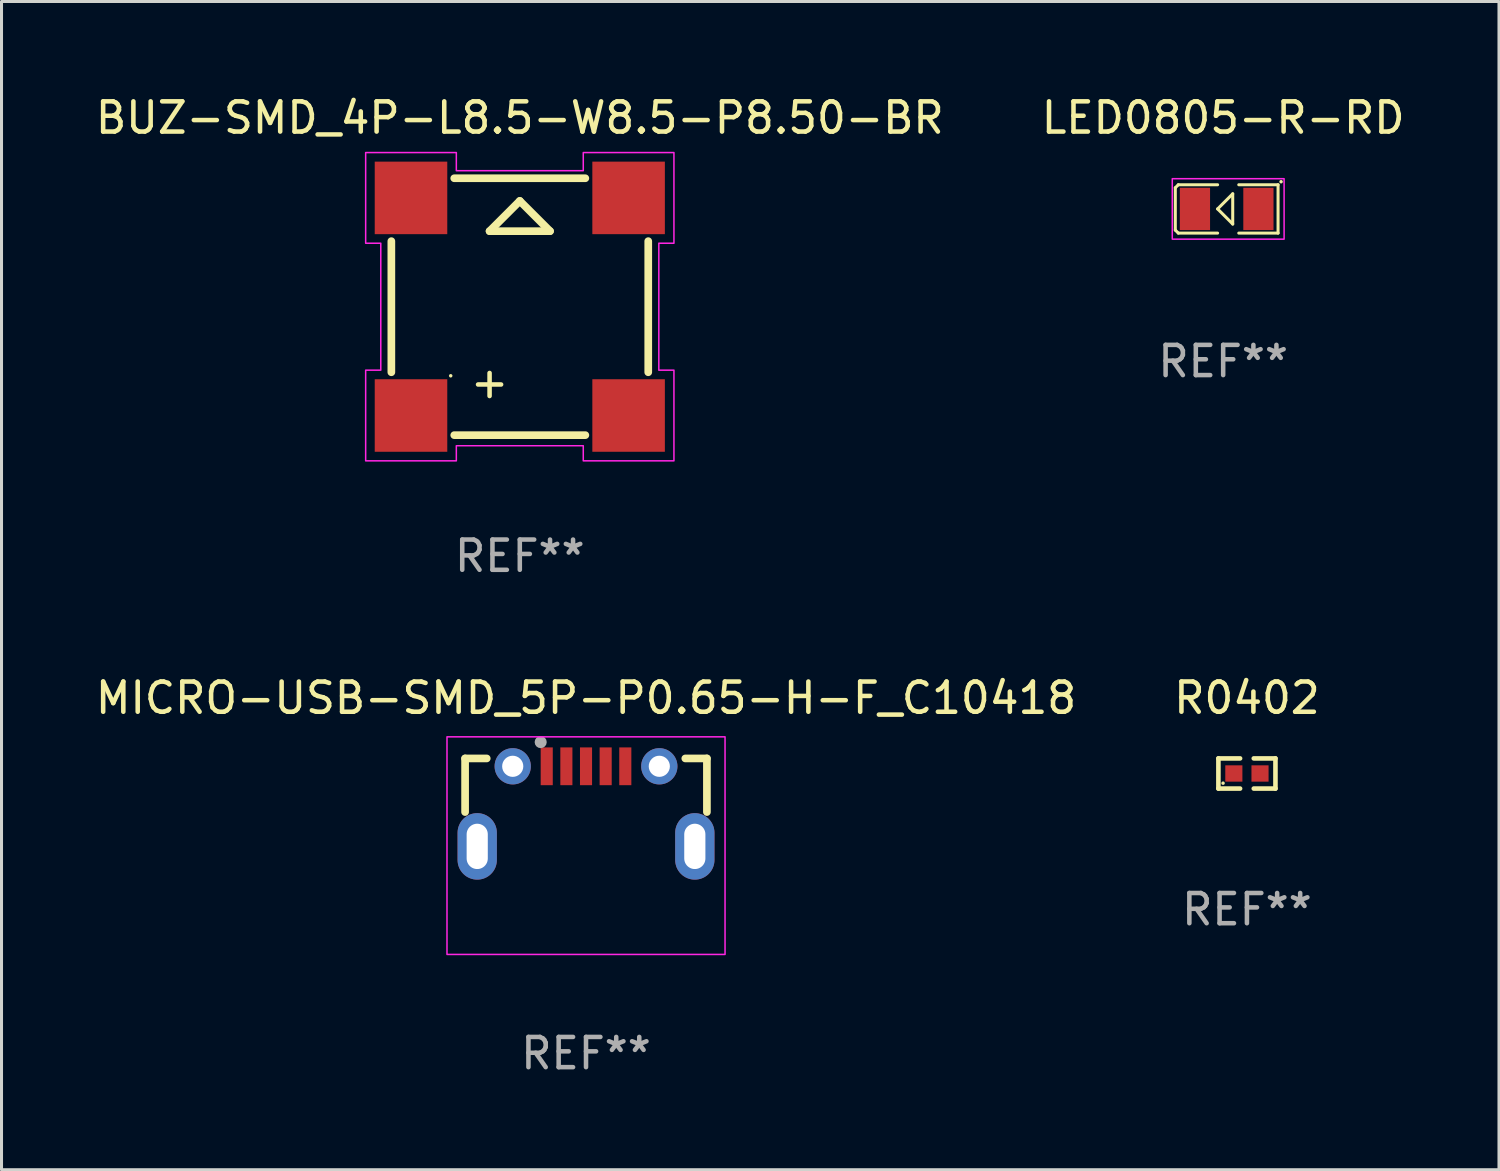
<source format=kicad_pcb>
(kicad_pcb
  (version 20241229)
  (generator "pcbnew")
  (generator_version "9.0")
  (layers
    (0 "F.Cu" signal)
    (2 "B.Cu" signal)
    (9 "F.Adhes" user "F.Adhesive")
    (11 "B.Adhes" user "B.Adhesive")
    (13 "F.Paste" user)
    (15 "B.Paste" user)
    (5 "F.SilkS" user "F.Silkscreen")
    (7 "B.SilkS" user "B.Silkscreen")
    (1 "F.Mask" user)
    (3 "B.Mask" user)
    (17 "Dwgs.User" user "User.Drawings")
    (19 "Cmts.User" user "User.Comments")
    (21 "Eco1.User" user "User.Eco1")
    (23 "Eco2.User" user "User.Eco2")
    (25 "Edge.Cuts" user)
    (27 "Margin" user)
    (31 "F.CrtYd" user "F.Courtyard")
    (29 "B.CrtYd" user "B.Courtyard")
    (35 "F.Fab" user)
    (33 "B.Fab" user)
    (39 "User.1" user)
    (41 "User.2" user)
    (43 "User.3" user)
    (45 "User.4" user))
  (footprint "MICRO-USB-SMD_5P-P0.65-H-F_C10418"
    (layer "F.Cu")
    (at 16.34 23.63)
    (property "Reference" "MICRO-USB-SMD_5P-P0.65-H-F_C10418" (at -0.000241 -3.585 0) (layer "F.SilkS") (effects (font (size 1 1) (thickness 0.15))))
    (attr through_hole)
    (fp_line (start -4.001 -1.585) (end -4.001 0.189) (stroke (width 0.254) (type solid)) (layer "F.SilkS"))
    (fp_line (start -4.001 -1.585) (end -3.285 -1.585) (stroke (width 0.254) (type solid)) (layer "F.SilkS"))
    (fp_line (start 3.285 -1.585) (end 3.999 -1.585) (stroke (width 0.254) (type solid)) (layer "F.SilkS"))
    (fp_line (start 4 -1.585) (end 4 0.189) (stroke (width 0.254) (type solid)) (layer "F.SilkS"))
    (fp_circle (center -4 -1.613) (end -3.97 -1.613) (stroke (width 0.06) (type solid)) (fill no) (layer "F.SilkS"))
    (fp_rect (start -4.6 -2.3) (end 4.6 4.9) (stroke (width 0.05) (type default)) (fill no) (layer "F.CrtYd"))
    (fp_circle (center -1.5 -2.125) (end -1.4 -2.125) (stroke (width 0.2) (type solid)) (fill no) (layer "F.Fab"))
    (fp_text user "REF**" (at -0.000241 8.175 0) (layer "F.Fab") (effects (font (size 1 1) (thickness 0.15))))
    (pad "1" smd rect (at -1.3 -1.325 270) (size 1.25 0.4) (layers "F.Cu" "F.Mask" "F.Paste"))
    (pad "2" smd rect (at -0.65 -1.325 270) (size 1.25 0.4) (layers "F.Cu" "F.Mask" "F.Paste"))
    (pad "3" smd rect (at 0 -1.325 270) (size 1.25 0.4) (layers "F.Cu" "F.Mask" "F.Paste"))
    (pad "4" smd rect (at 0.65 -1.325 270) (size 1.25 0.4) (layers "F.Cu" "F.Mask" "F.Paste"))
    (pad "5" smd rect (at 1.3 -1.325 270) (size 1.25 0.4) (layers "F.Cu" "F.Mask" "F.Paste"))
    (pad "SH0" thru_hole circle (at -2.425 -1.325) (size 1.2 1.2) (drill 0.7) (layers "*.Cu" "*.Mask"))
    (pad "SH1" thru_hole oval (at -3.6 1.325) (size 1.3 2.2) (drill oval 0.7 1.5) (layers "*.Cu" "*.Mask"))
    (pad "SH2" thru_hole oval (at 3.6 1.325) (size 1.3 2.2) (drill oval 0.7 1.5) (layers "*.Cu" "*.Mask"))
    (pad "SH3" thru_hole circle (at 2.425 -1.325) (size 1.2 1.2) (drill 0.7) (layers "*.Cu" "*.Mask")))
  (footprint "LED0805-R-RD"
    (layer "F.Cu")
    (at 37.538 3.863)
    (property "Reference" "LED0805-R-RD" (at -0.116 -3.015 0) (layer "F.SilkS") (effects (font (size 1 1) (thickness 0.15))))
    (attr smd)
    (fp_line (start -1.7 -0.7) (end -1.7 0.7) (stroke (width 0.1) (type default)) (layer "F.SilkS"))
    (fp_line (start -1.7 0.7) (end -1.6 0.8) (stroke (width 0.1) (type default)) (layer "F.SilkS"))
    (fp_line (start -1.6 -0.8) (end -1.7 -0.7) (stroke (width 0.1) (type default)) (layer "F.SilkS"))
    (fp_line (start -1.6 0.8) (end -0.3 0.8) (stroke (width 0.1) (type default)) (layer "F.SilkS"))
    (fp_line (start -0.3 -0.8) (end -1.6 -0.8) (stroke (width 0.1) (type default)) (layer "F.SilkS"))
    (fp_line (start -0.3 0) (end 0.2 0.5) (stroke (width 0.1) (type default)) (layer "F.SilkS"))
    (fp_line (start 0.2 -0.5) (end -0.3 0) (stroke (width 0.1) (type default)) (layer "F.SilkS"))
    (fp_line (start 0.2 0.5) (end 0.2 -0.5) (stroke (width 0.1) (type default)) (layer "F.SilkS"))
    (fp_line (start 0.4 -0.8) (end 1.7 -0.8) (stroke (width 0.1) (type default)) (layer "F.SilkS"))
    (fp_line (start 1.7 -0.8) (end 1.7 0.8) (stroke (width 0.1) (type default)) (layer "F.SilkS"))
    (fp_line (start 1.7 0.8) (end 0.4 0.8) (stroke (width 0.1) (type default)) (layer "F.SilkS"))
    (fp_circle (center 1.8 -0.9) (end 1.83 -0.9) (stroke (width 0.06) (type solid)) (fill no) (layer "F.SilkS"))
    (fp_rect (start 1.9 -1) (end -1.8 1) (stroke (width 0.05) (type default)) (fill no) (layer "F.CrtYd"))
    (fp_text user "REF**" (at -0.116 5.043 0) (layer "F.Fab") (effects (font (size 1 1) (thickness 0.15))))
    (pad "1" smd rect (at 1.05 0 180) (size 1 1.4) (layers "F.Cu" "F.Mask" "F.Paste"))
    (pad "2" smd rect (at -1.05 0 180) (size 1 1.4) (layers "F.Cu" "F.Mask" "F.Paste")))
  (footprint "R0402"
    (layer "F.Cu")
    (at 38.208 22.543)
    (property "Reference" "R0402" (at 0 -2.499 0) (layer "F.SilkS") (effects (font (size 1 1) (thickness 0.15))))
    (attr smd)
    (fp_line (start -0.944 -0.499) (end -0.226 -0.499) (stroke (width 0.152) (type solid)) (layer "F.SilkS"))
    (fp_line (start -0.944 0.499) (end -0.944 -0.499) (stroke (width 0.152) (type solid)) (layer "F.SilkS"))
    (fp_line (start -0.226 0.499) (end -0.944 0.499) (stroke (width 0.152) (type solid)) (layer "F.SilkS"))
    (fp_line (start 0.226 0.499) (end 0.944 0.499) (stroke (width 0.152) (type solid)) (layer "F.SilkS"))
    (fp_line (start 0.944 -0.499) (end 0.226 -0.499) (stroke (width 0.152) (type solid)) (layer "F.SilkS"))
    (fp_line (start 0.944 0.499) (end 0.944 -0.499) (stroke (width 0.152) (type solid)) (layer "F.SilkS"))
    (fp_circle (center -0.79 0.32) (end -0.76 0.32) (stroke (width 0.06) (type solid)) (fill no) (layer "F.SilkS"))
    (fp_text user "REF**" (at 0 4.499 0) (layer "F.Fab") (effects (font (size 1 1) (thickness 0.15))))
    (pad "1" smd rect (at -0.433 0) (size 0.566 0.54) (layers "F.Cu" "F.Mask" "F.Paste"))
    (pad "2" smd rect (at 0.433 0) (size 0.566 0.54) (layers "F.Cu" "F.Mask" "F.Paste")))
  (footprint "BUZ-SMD_4P-L8.5-W8.5-P8.50-BR"
    (layer "F.Cu")
    (at 14.149 7.098)
    (property "Reference" "BUZ-SMD_4P-L8.5-W8.5-P8.50-BR" (at 0.000127 -6.25 0) (layer "F.SilkS") (effects (font (size 1 1) (thickness 0.15))))
    (attr smd)
    (fp_line (start -4.25 2.169) (end -4.25 -2.169) (stroke (width 0.254) (type solid)) (layer "F.SilkS"))
    (fp_line (start -2.169 -4.25) (end 2.168 -4.25) (stroke (width 0.254) (type solid)) (layer "F.SilkS"))
    (fp_line (start -1 -2.5) (end 1 -2.5) (stroke (width 0.254) (type solid)) (layer "F.SilkS"))
    (fp_line (start 0 -3.5) (end -1 -2.5) (stroke (width 0.254) (type solid)) (layer "F.SilkS"))
    (fp_line (start 1 -2.5) (end 0 -3.5) (stroke (width 0.254) (type solid)) (layer "F.SilkS"))
    (fp_line (start 2.169 4.25) (end -2.169 4.25) (stroke (width 0.254) (type solid)) (layer "F.SilkS"))
    (fp_line (start 4.25 -2.169) (end 4.25 2.169) (stroke (width 0.254) (type solid)) (layer "F.SilkS"))
    (fp_circle (center -2.286 2.286) (end -2.256 2.286) (stroke (width 0.06) (type solid)) (fill no) (layer "F.SilkS"))
    (fp_poly (pts (xy -5.1 -5.1) (xy -2.1 -5.1) (xy -2.1 -4.5) (xy 2.1 -4.5) (xy 2.1 -5.1) (xy 5.1 -5.1) (xy 5.1 -2.1) (xy 4.6 -2.1) (xy 4.6 2.1) (xy 5.1 2.1) (xy 5.1 5.1) (xy 2.1 5.1) (xy 2.1 4.6) (xy -2.1 4.6) (xy -2.1 5.1) (xy -5.1 5.1) (xy -5.1 2.1) (xy -4.6 2.1) (xy -4.6 -2.1) (xy -5.1 -2.1)) (stroke (width 0.05) (type solid)) (fill no) (layer "F.CrtYd"))
    (fp_text user "+" (at -1 2.5 0) (layer "F.SilkS") (effects (font (size 1 1) (thickness 0.15))))
    (fp_text user "REF**" (at 0.000127 8.25 0) (layer "F.Fab") (effects (font (size 1 1) (thickness 0.15))))
    (pad "1" smd rect (at -3.6 3.6) (size 2.4 2.4) (layers "F.Cu" "F.Mask" "F.Paste"))
    (pad "2" smd rect (at 3.6 3.6) (size 2.4 2.4) (layers "F.Cu" "F.Mask" "F.Paste"))
    (pad "3" smd rect (at 3.6 -3.6) (size 2.4 2.4) (layers "F.Cu" "F.Mask" "F.Paste"))
    (pad "4" smd rect (at -3.6 -3.6) (size 2.4 2.4) (layers "F.Cu" "F.Mask" "F.Paste")))
  (gr_rect
    (start -3 -3)
    (end 46.548 35.653)
    (stroke (width 0.1) (type default))
    (fill no)
    (layer "Edge.Cuts")))
</source>
